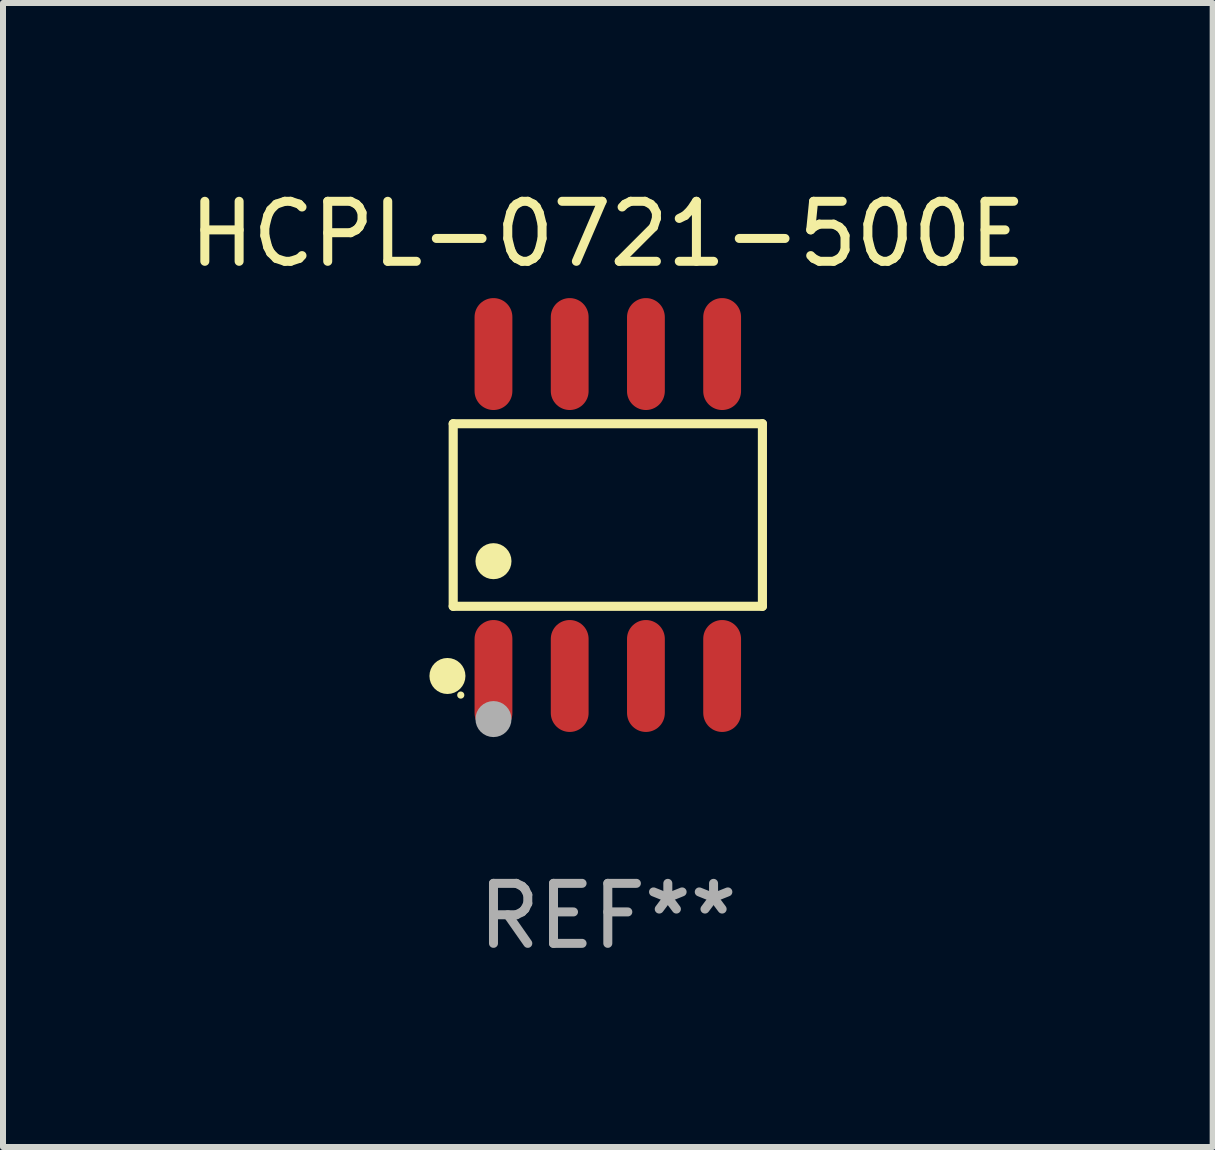
<source format=kicad_pcb>
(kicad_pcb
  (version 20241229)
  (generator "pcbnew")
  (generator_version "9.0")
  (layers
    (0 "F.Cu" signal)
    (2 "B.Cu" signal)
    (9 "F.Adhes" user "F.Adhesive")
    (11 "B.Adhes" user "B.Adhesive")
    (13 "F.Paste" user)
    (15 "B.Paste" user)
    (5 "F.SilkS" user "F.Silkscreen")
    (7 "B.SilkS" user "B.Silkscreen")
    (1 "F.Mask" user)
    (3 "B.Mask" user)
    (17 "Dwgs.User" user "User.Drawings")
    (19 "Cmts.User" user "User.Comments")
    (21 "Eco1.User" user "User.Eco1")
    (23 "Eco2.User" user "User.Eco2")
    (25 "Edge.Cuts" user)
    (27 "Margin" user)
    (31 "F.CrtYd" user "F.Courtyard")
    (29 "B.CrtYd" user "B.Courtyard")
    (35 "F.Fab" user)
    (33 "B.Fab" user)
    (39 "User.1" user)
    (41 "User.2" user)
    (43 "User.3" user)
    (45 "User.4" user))
  (footprint "HCPL-0721-500E"
    (layer "F.Cu")
    (at 7.077 5.531)
    (property "Reference" "HCPL-0721-500E" (at 0 -4.682 0) (layer "F.SilkS") (effects (font (size 1 1) (thickness 0.15))))
    (attr through_hole)
    (fp_line (start -2.576 -1.521) (end 2.576 -1.521) (stroke (width 0.152) (type solid)) (layer "F.SilkS"))
    (fp_line (start -2.576 1.521) (end -2.576 -1.521) (stroke (width 0.152) (type solid)) (layer "F.SilkS"))
    (fp_line (start 2.576 -1.521) (end 2.576 1.521) (stroke (width 0.152) (type solid)) (layer "F.SilkS"))
    (fp_line (start 2.576 1.521) (end -2.576 1.521) (stroke (width 0.152) (type solid)) (layer "F.SilkS"))
    (fp_circle (center -2.672 2.682) (end -2.522 2.682) (stroke (width 0.3) (type solid)) (fill no) (layer "F.SilkS"))
    (fp_circle (center -2.45 3) (end -2.42 3) (stroke (width 0.06) (type solid)) (fill no) (layer "F.SilkS"))
    (fp_circle (center -1.905 0.769) (end -1.755 0.769) (stroke (width 0.3) (type solid)) (fill no) (layer "F.SilkS"))
    (fp_circle (center -1.905 3.4) (end -1.755 3.4) (stroke (width 0.3) (type solid)) (fill no) (layer "F.Fab"))
    (fp_text user "REF**" (at 0 6.682 0) (layer "F.Fab") (effects (font (size 1 1) (thickness 0.15))))
    (pad "1" smd oval (at -1.905 2.682) (size 0.63 1.865) (layers "F.Cu" "F.Mask" "F.Paste"))
    (pad "2" smd oval (at -0.635 2.682) (size 0.63 1.865) (layers "F.Cu" "F.Mask" "F.Paste"))
    (pad "3" smd oval (at 0.635 2.682) (size 0.63 1.865) (layers "F.Cu" "F.Mask" "F.Paste"))
    (pad "4" smd oval (at 1.905 2.682) (size 0.63 1.865) (layers "F.Cu" "F.Mask" "F.Paste"))
    (pad "5" smd oval (at 1.905 -2.682) (size 0.63 1.865) (layers "F.Cu" "F.Mask" "F.Paste"))
    (pad "6" smd oval (at 0.635 -2.682) (size 0.63 1.865) (layers "F.Cu" "F.Mask" "F.Paste"))
    (pad "7" smd oval (at -0.635 -2.682) (size 0.63 1.865) (layers "F.Cu" "F.Mask" "F.Paste"))
    (pad "8" smd oval (at -1.905 -2.682) (size 0.63 1.865) (layers "F.Cu" "F.Mask" "F.Paste")))
  (gr_rect
    (start -3 -3)
    (end 17.155 16.061)
    (stroke (width 0.1) (type default))
    (fill no)
    (layer "Edge.Cuts")))
</source>
